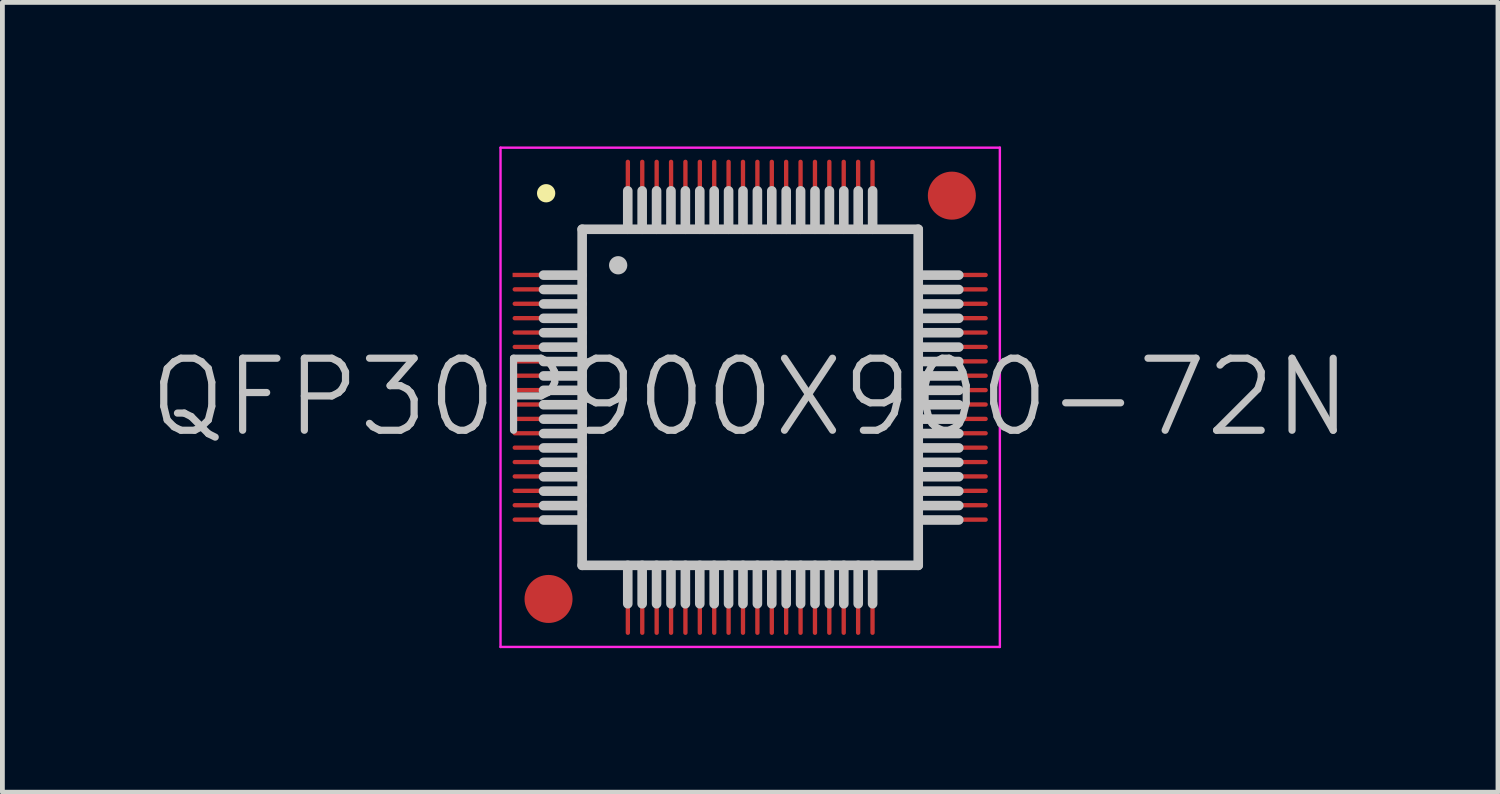
<source format=kicad_pcb>
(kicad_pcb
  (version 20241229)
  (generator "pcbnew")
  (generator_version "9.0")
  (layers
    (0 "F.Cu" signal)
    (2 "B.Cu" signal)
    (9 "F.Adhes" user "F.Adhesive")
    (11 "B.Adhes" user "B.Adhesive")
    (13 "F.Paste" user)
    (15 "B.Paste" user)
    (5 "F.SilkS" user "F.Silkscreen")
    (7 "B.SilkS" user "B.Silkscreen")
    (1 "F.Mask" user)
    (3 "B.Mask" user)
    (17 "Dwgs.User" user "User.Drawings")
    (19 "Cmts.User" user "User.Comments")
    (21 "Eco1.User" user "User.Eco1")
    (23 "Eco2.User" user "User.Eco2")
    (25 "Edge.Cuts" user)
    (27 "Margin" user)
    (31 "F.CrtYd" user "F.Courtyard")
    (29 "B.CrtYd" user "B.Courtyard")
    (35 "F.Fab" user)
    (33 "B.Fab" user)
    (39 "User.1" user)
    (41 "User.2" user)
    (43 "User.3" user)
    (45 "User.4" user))
  (footprint "QFP30P900X900-72N"
    (layer "F.Cu")
    (at 12.575 5.225)
    (property "Reference" "QFP30P900X900-72N" (at 0 0 0) (layer "Dwgs.User") (effects (font (size 1.5 1.5) (thickness 0.15))))
    (attr smd)
    (fp_line (start -4.25 -4.25) (end -4.25 -4.25) (stroke (width 0.381) (type solid)) (layer "F.SilkS"))
    (fp_line (start -3.505 -2.545) (end -4.305 -2.545) (stroke (width 0.2) (type solid)) (layer "Dwgs.User"))
    (fp_line (start -3.505 -2.245) (end -4.305 -2.245) (stroke (width 0.2) (type solid)) (layer "Dwgs.User"))
    (fp_line (start -3.505 -1.945) (end -4.305 -1.945) (stroke (width 0.2) (type solid)) (layer "Dwgs.User"))
    (fp_line (start -3.505 -1.645) (end -4.305 -1.645) (stroke (width 0.2) (type solid)) (layer "Dwgs.User"))
    (fp_line (start -3.505 -1.345) (end -4.305 -1.345) (stroke (width 0.2) (type solid)) (layer "Dwgs.User"))
    (fp_line (start -3.505 -1.045) (end -4.305 -1.045) (stroke (width 0.2) (type solid)) (layer "Dwgs.User"))
    (fp_line (start -3.505 -0.745) (end -4.305 -0.745) (stroke (width 0.2) (type solid)) (layer "Dwgs.User"))
    (fp_line (start -3.505 -0.445) (end -4.305 -0.445) (stroke (width 0.2) (type solid)) (layer "Dwgs.User"))
    (fp_line (start -3.505 -0.145) (end -4.305 -0.145) (stroke (width 0.2) (type solid)) (layer "Dwgs.User"))
    (fp_line (start -3.505 0.155) (end -4.305 0.155) (stroke (width 0.2) (type solid)) (layer "Dwgs.User"))
    (fp_line (start -3.505 0.455) (end -4.305 0.455) (stroke (width 0.2) (type solid)) (layer "Dwgs.User"))
    (fp_line (start -3.505 0.755) (end -4.305 0.755) (stroke (width 0.2) (type solid)) (layer "Dwgs.User"))
    (fp_line (start -3.505 1.055) (end -4.305 1.055) (stroke (width 0.2) (type solid)) (layer "Dwgs.User"))
    (fp_line (start -3.505 1.355) (end -4.305 1.355) (stroke (width 0.2) (type solid)) (layer "Dwgs.User"))
    (fp_line (start -3.505 1.655) (end -4.305 1.655) (stroke (width 0.2) (type solid)) (layer "Dwgs.User"))
    (fp_line (start -3.505 1.955) (end -4.305 1.955) (stroke (width 0.2) (type solid)) (layer "Dwgs.User"))
    (fp_line (start -3.505 2.255) (end -4.305 2.255) (stroke (width 0.2) (type solid)) (layer "Dwgs.User"))
    (fp_line (start -3.505 2.555) (end -4.305 2.555) (stroke (width 0.2) (type solid)) (layer "Dwgs.User"))
    (fp_line (start -3.5 -3.5) (end -3.5 3.5) (stroke (width 0.2) (type solid)) (layer "Dwgs.User"))
    (fp_line (start -3.5 -3.5) (end 3.5 -3.5) (stroke (width 0.2) (type solid)) (layer "Dwgs.User"))
    (fp_line (start -3.5 3.5) (end 3.5 3.5) (stroke (width 0.2) (type solid)) (layer "Dwgs.User"))
    (fp_line (start -2.75 -2.75) (end -2.75 -2.75) (stroke (width 0.381) (type solid)) (layer "Dwgs.User"))
    (fp_line (start -2.55 -3.5) (end -2.55 -4.3) (stroke (width 0.2) (type solid)) (layer "Dwgs.User"))
    (fp_line (start -2.55 4.3) (end -2.55 3.5) (stroke (width 0.2) (type solid)) (layer "Dwgs.User"))
    (fp_line (start -2.25 -3.5) (end -2.25 -4.3) (stroke (width 0.2) (type solid)) (layer "Dwgs.User"))
    (fp_line (start -2.25 4.3) (end -2.25 3.5) (stroke (width 0.2) (type solid)) (layer "Dwgs.User"))
    (fp_line (start -1.95 -3.5) (end -1.95 -4.3) (stroke (width 0.2) (type solid)) (layer "Dwgs.User"))
    (fp_line (start -1.95 4.3) (end -1.95 3.5) (stroke (width 0.2) (type solid)) (layer "Dwgs.User"))
    (fp_line (start -1.65 -3.5) (end -1.65 -4.3) (stroke (width 0.2) (type solid)) (layer "Dwgs.User"))
    (fp_line (start -1.65 4.3) (end -1.65 3.5) (stroke (width 0.2) (type solid)) (layer "Dwgs.User"))
    (fp_line (start -1.35 -3.5) (end -1.35 -4.3) (stroke (width 0.2) (type solid)) (layer "Dwgs.User"))
    (fp_line (start -1.35 4.3) (end -1.35 3.5) (stroke (width 0.2) (type solid)) (layer "Dwgs.User"))
    (fp_line (start -1.05 -3.5) (end -1.05 -4.3) (stroke (width 0.2) (type solid)) (layer "Dwgs.User"))
    (fp_line (start -1.05 4.3) (end -1.05 3.5) (stroke (width 0.2) (type solid)) (layer "Dwgs.User"))
    (fp_line (start -0.75 -3.5) (end -0.75 -4.3) (stroke (width 0.2) (type solid)) (layer "Dwgs.User"))
    (fp_line (start -0.75 4.3) (end -0.75 3.5) (stroke (width 0.2) (type solid)) (layer "Dwgs.User"))
    (fp_line (start -0.45 -3.5) (end -0.45 -4.3) (stroke (width 0.2) (type solid)) (layer "Dwgs.User"))
    (fp_line (start -0.45 4.3) (end -0.45 3.5) (stroke (width 0.2) (type solid)) (layer "Dwgs.User"))
    (fp_line (start -0.15 -3.5) (end -0.15 -4.3) (stroke (width 0.2) (type solid)) (layer "Dwgs.User"))
    (fp_line (start -0.15 4.3) (end -0.15 3.5) (stroke (width 0.2) (type solid)) (layer "Dwgs.User"))
    (fp_line (start 0.15 -3.5) (end 0.15 -4.3) (stroke (width 0.2) (type solid)) (layer "Dwgs.User"))
    (fp_line (start 0.15 4.3) (end 0.15 3.5) (stroke (width 0.2) (type solid)) (layer "Dwgs.User"))
    (fp_line (start 0.45 -3.5) (end 0.45 -4.3) (stroke (width 0.2) (type solid)) (layer "Dwgs.User"))
    (fp_line (start 0.45 4.3) (end 0.45 3.5) (stroke (width 0.2) (type solid)) (layer "Dwgs.User"))
    (fp_line (start 0.75 -3.5) (end 0.75 -4.3) (stroke (width 0.2) (type solid)) (layer "Dwgs.User"))
    (fp_line (start 0.75 4.3) (end 0.75 3.5) (stroke (width 0.2) (type solid)) (layer "Dwgs.User"))
    (fp_line (start 1.05 -3.5) (end 1.05 -4.3) (stroke (width 0.2) (type solid)) (layer "Dwgs.User"))
    (fp_line (start 1.05 4.3) (end 1.05 3.5) (stroke (width 0.2) (type solid)) (layer "Dwgs.User"))
    (fp_line (start 1.35 -3.5) (end 1.35 -4.3) (stroke (width 0.2) (type solid)) (layer "Dwgs.User"))
    (fp_line (start 1.35 4.3) (end 1.35 3.5) (stroke (width 0.2) (type solid)) (layer "Dwgs.User"))
    (fp_line (start 1.65 -3.5) (end 1.65 -4.3) (stroke (width 0.2) (type solid)) (layer "Dwgs.User"))
    (fp_line (start 1.65 4.3) (end 1.65 3.5) (stroke (width 0.2) (type solid)) (layer "Dwgs.User"))
    (fp_line (start 1.95 -3.5) (end 1.95 -4.3) (stroke (width 0.2) (type solid)) (layer "Dwgs.User"))
    (fp_line (start 1.95 4.3) (end 1.95 3.5) (stroke (width 0.2) (type solid)) (layer "Dwgs.User"))
    (fp_line (start 2.25 -3.5) (end 2.25 -4.3) (stroke (width 0.2) (type solid)) (layer "Dwgs.User"))
    (fp_line (start 2.25 4.3) (end 2.25 3.5) (stroke (width 0.2) (type solid)) (layer "Dwgs.User"))
    (fp_line (start 2.55 -3.5) (end 2.55 -4.3) (stroke (width 0.2) (type solid)) (layer "Dwgs.User"))
    (fp_line (start 2.55 4.3) (end 2.55 3.5) (stroke (width 0.2) (type solid)) (layer "Dwgs.User"))
    (fp_line (start 3.5 -3.5) (end 3.5 3.5) (stroke (width 0.2) (type solid)) (layer "Dwgs.User"))
    (fp_line (start 4.345 -2.545) (end 3.545 -2.545) (stroke (width 0.2) (type solid)) (layer "Dwgs.User"))
    (fp_line (start 4.345 -2.245) (end 3.545 -2.245) (stroke (width 0.2) (type solid)) (layer "Dwgs.User"))
    (fp_line (start 4.345 -1.945) (end 3.545 -1.945) (stroke (width 0.2) (type solid)) (layer "Dwgs.User"))
    (fp_line (start 4.345 -1.645) (end 3.545 -1.645) (stroke (width 0.2) (type solid)) (layer "Dwgs.User"))
    (fp_line (start 4.345 -1.345) (end 3.545 -1.345) (stroke (width 0.2) (type solid)) (layer "Dwgs.User"))
    (fp_line (start 4.345 -1.045) (end 3.545 -1.045) (stroke (width 0.2) (type solid)) (layer "Dwgs.User"))
    (fp_line (start 4.345 -0.745) (end 3.545 -0.745) (stroke (width 0.2) (type solid)) (layer "Dwgs.User"))
    (fp_line (start 4.345 -0.445) (end 3.545 -0.445) (stroke (width 0.2) (type solid)) (layer "Dwgs.User"))
    (fp_line (start 4.345 -0.145) (end 3.545 -0.145) (stroke (width 0.2) (type solid)) (layer "Dwgs.User"))
    (fp_line (start 4.345 0.155) (end 3.545 0.155) (stroke (width 0.2) (type solid)) (layer "Dwgs.User"))
    (fp_line (start 4.345 0.455) (end 3.545 0.455) (stroke (width 0.2) (type solid)) (layer "Dwgs.User"))
    (fp_line (start 4.345 0.755) (end 3.545 0.755) (stroke (width 0.2) (type solid)) (layer "Dwgs.User"))
    (fp_line (start 4.345 1.055) (end 3.545 1.055) (stroke (width 0.2) (type solid)) (layer "Dwgs.User"))
    (fp_line (start 4.345 1.355) (end 3.545 1.355) (stroke (width 0.2) (type solid)) (layer "Dwgs.User"))
    (fp_line (start 4.345 1.655) (end 3.545 1.655) (stroke (width 0.2) (type solid)) (layer "Dwgs.User"))
    (fp_line (start 4.345 1.955) (end 3.545 1.955) (stroke (width 0.2) (type solid)) (layer "Dwgs.User"))
    (fp_line (start 4.345 2.255) (end 3.545 2.255) (stroke (width 0.2) (type solid)) (layer "Dwgs.User"))
    (fp_line (start 4.345 2.555) (end 3.545 2.555) (stroke (width 0.2) (type solid)) (layer "Dwgs.User"))
    (fp_line (start -5.2 -5.2) (end -5.2 5.2) (stroke (width 0.05) (type solid)) (layer "F.CrtYd"))
    (fp_line (start -5.2 -5.2) (end 5.2 -5.2) (stroke (width 0.05) (type solid)) (layer "F.CrtYd"))
    (fp_line (start -5.2 5.2) (end 5.2 5.2) (stroke (width 0.05) (type solid)) (layer "F.CrtYd"))
    (fp_line (start 5.2 -5.2) (end 5.2 5.2) (stroke (width 0.05) (type solid)) (layer "F.CrtYd"))
    (pad "" smd circle (at -4.2 4.2) (size 1 1) (layers "F.Cu" "F.Mask"))
    (pad "" smd circle (at 4.2 -4.2) (size 1 1) (layers "F.Cu" "F.Mask"))
    (pad "1" smd rect (at -4.199 -2.548 90) (size 0.09 1.5) (layers "F.Cu" "F.Mask" "F.Paste"))
    (pad "2" smd oval (at -4.199 -2.248 90) (size 0.09 1.5) (layers "F.Cu" "F.Mask" "F.Paste"))
    (pad "3" smd oval (at -4.199 -1.948 90) (size 0.09 1.5) (layers "F.Cu" "F.Mask" "F.Paste"))
    (pad "4" smd oval (at -4.199 -1.648 90) (size 0.09 1.5) (layers "F.Cu" "F.Mask" "F.Paste"))
    (pad "5" smd oval (at -4.199 -1.349 90) (size 0.09 1.5) (layers "F.Cu" "F.Mask" "F.Paste"))
    (pad "6" smd oval (at -4.199 -1.049 90) (size 0.09 1.5) (layers "F.Cu" "F.Mask" "F.Paste"))
    (pad "7" smd oval (at -4.199 -0.749 90) (size 0.09 1.5) (layers "F.Cu" "F.Mask" "F.Paste"))
    (pad "8" smd oval (at -4.199 -0.45 90) (size 0.09 1.5) (layers "F.Cu" "F.Mask" "F.Paste"))
    (pad "9" smd oval (at -4.199 -0.15 90) (size 0.09 1.5) (layers "F.Cu" "F.Mask" "F.Paste"))
    (pad "10" smd oval (at -4.199 0.15 90) (size 0.09 1.5) (layers "F.Cu" "F.Mask" "F.Paste"))
    (pad "11" smd oval (at -4.199 0.45 90) (size 0.09 1.5) (layers "F.Cu" "F.Mask" "F.Paste"))
    (pad "12" smd oval (at -4.199 0.749 90) (size 0.09 1.5) (layers "F.Cu" "F.Mask" "F.Paste"))
    (pad "13" smd oval (at -4.199 1.049 90) (size 0.09 1.5) (layers "F.Cu" "F.Mask" "F.Paste"))
    (pad "14" smd oval (at -4.199 1.349 90) (size 0.09 1.5) (layers "F.Cu" "F.Mask" "F.Paste"))
    (pad "15" smd oval (at -4.199 1.648 90) (size 0.09 1.5) (layers "F.Cu" "F.Mask" "F.Paste"))
    (pad "16" smd oval (at -4.199 1.948 90) (size 0.09 1.5) (layers "F.Cu" "F.Mask" "F.Paste"))
    (pad "17" smd oval (at -4.199 2.248 90) (size 0.09 1.5) (layers "F.Cu" "F.Mask" "F.Paste"))
    (pad "18" smd oval (at -4.199 2.548 90) (size 0.09 1.5) (layers "F.Cu" "F.Mask" "F.Paste"))
    (pad "19" smd oval (at -2.548 4.199 180) (size 0.09 1.5) (layers "F.Cu" "F.Mask" "F.Paste"))
    (pad "20" smd oval (at -2.248 4.199 180) (size 0.09 1.5) (layers "F.Cu" "F.Mask" "F.Paste"))
    (pad "21" smd oval (at -1.948 4.199 180) (size 0.09 1.5) (layers "F.Cu" "F.Mask" "F.Paste"))
    (pad "22" smd oval (at -1.648 4.199 180) (size 0.09 1.5) (layers "F.Cu" "F.Mask" "F.Paste"))
    (pad "23" smd oval (at -1.349 4.199 180) (size 0.09 1.5) (layers "F.Cu" "F.Mask" "F.Paste"))
    (pad "24" smd oval (at -1.049 4.199 180) (size 0.09 1.5) (layers "F.Cu" "F.Mask" "F.Paste"))
    (pad "25" smd oval (at -0.749 4.199 180) (size 0.09 1.5) (layers "F.Cu" "F.Mask" "F.Paste"))
    (pad "26" smd oval (at -0.45 4.199 180) (size 0.09 1.5) (layers "F.Cu" "F.Mask" "F.Paste"))
    (pad "27" smd oval (at -0.15 4.199 180) (size 0.09 1.5) (layers "F.Cu" "F.Mask" "F.Paste"))
    (pad "28" smd oval (at 0.15 4.199 180) (size 0.09 1.5) (layers "F.Cu" "F.Mask" "F.Paste"))
    (pad "29" smd oval (at 0.45 4.199 180) (size 0.09 1.5) (layers "F.Cu" "F.Mask" "F.Paste"))
    (pad "30" smd oval (at 0.749 4.199 180) (size 0.09 1.5) (layers "F.Cu" "F.Mask" "F.Paste"))
    (pad "31" smd oval (at 1.049 4.199 180) (size 0.09 1.5) (layers "F.Cu" "F.Mask" "F.Paste"))
    (pad "32" smd oval (at 1.349 4.199 180) (size 0.09 1.5) (layers "F.Cu" "F.Mask" "F.Paste"))
    (pad "33" smd oval (at 1.648 4.199 180) (size 0.09 1.5) (layers "F.Cu" "F.Mask" "F.Paste"))
    (pad "34" smd oval (at 1.948 4.199 180) (size 0.09 1.5) (layers "F.Cu" "F.Mask" "F.Paste"))
    (pad "35" smd oval (at 2.248 4.199 180) (size 0.09 1.5) (layers "F.Cu" "F.Mask" "F.Paste"))
    (pad "36" smd oval (at 2.548 4.199 180) (size 0.09 1.5) (layers "F.Cu" "F.Mask" "F.Paste"))
    (pad "37" smd oval (at 4.199 2.548 270) (size 0.09 1.5) (layers "F.Cu" "F.Mask" "F.Paste"))
    (pad "38" smd oval (at 4.199 2.248 270) (size 0.09 1.5) (layers "F.Cu" "F.Mask" "F.Paste"))
    (pad "39" smd oval (at 4.199 1.948 270) (size 0.09 1.5) (layers "F.Cu" "F.Mask" "F.Paste"))
    (pad "40" smd oval (at 4.199 1.648 270) (size 0.09 1.5) (layers "F.Cu" "F.Mask" "F.Paste"))
    (pad "41" smd oval (at 4.199 1.349 270) (size 0.09 1.5) (layers "F.Cu" "F.Mask" "F.Paste"))
    (pad "42" smd oval (at 4.199 1.049 270) (size 0.09 1.5) (layers "F.Cu" "F.Mask" "F.Paste"))
    (pad "43" smd oval (at 4.199 0.749 270) (size 0.09 1.5) (layers "F.Cu" "F.Mask" "F.Paste"))
    (pad "44" smd oval (at 4.199 0.45 270) (size 0.09 1.5) (layers "F.Cu" "F.Mask" "F.Paste"))
    (pad "45" smd oval (at 4.199 0.15 270) (size 0.09 1.5) (layers "F.Cu" "F.Mask" "F.Paste"))
    (pad "46" smd oval (at 4.199 -0.15 270) (size 0.09 1.5) (layers "F.Cu" "F.Mask" "F.Paste"))
    (pad "47" smd oval (at 4.199 -0.45 270) (size 0.09 1.5) (layers "F.Cu" "F.Mask" "F.Paste"))
    (pad "48" smd oval (at 4.199 -0.749 270) (size 0.09 1.5) (layers "F.Cu" "F.Mask" "F.Paste"))
    (pad "49" smd oval (at 4.199 -1.049 270) (size 0.09 1.5) (layers "F.Cu" "F.Mask" "F.Paste"))
    (pad "50" smd oval (at 4.199 -1.349 270) (size 0.09 1.5) (layers "F.Cu" "F.Mask" "F.Paste"))
    (pad "51" smd oval (at 4.199 -1.648 270) (size 0.09 1.5) (layers "F.Cu" "F.Mask" "F.Paste"))
    (pad "52" smd oval (at 4.199 -1.948 270) (size 0.09 1.5) (layers "F.Cu" "F.Mask" "F.Paste"))
    (pad "53" smd oval (at 4.199 -2.248 270) (size 0.09 1.5) (layers "F.Cu" "F.Mask" "F.Paste"))
    (pad "54" smd oval (at 4.199 -2.548 270) (size 0.09 1.5) (layers "F.Cu" "F.Mask" "F.Paste"))
    (pad "55" smd oval (at 2.548 -4.199) (size 0.09 1.5) (layers "F.Cu" "F.Mask" "F.Paste"))
    (pad "56" smd oval (at 2.248 -4.199) (size 0.09 1.5) (layers "F.Cu" "F.Mask" "F.Paste"))
    (pad "57" smd oval (at 1.948 -4.199) (size 0.09 1.5) (layers "F.Cu" "F.Mask" "F.Paste"))
    (pad "58" smd oval (at 1.648 -4.199) (size 0.09 1.5) (layers "F.Cu" "F.Mask" "F.Paste"))
    (pad "59" smd oval (at 1.349 -4.199) (size 0.09 1.5) (layers "F.Cu" "F.Mask" "F.Paste"))
    (pad "60" smd oval (at 1.049 -4.199) (size 0.09 1.5) (layers "F.Cu" "F.Mask" "F.Paste"))
    (pad "61" smd oval (at 0.749 -4.199) (size 0.09 1.5) (layers "F.Cu" "F.Mask" "F.Paste"))
    (pad "62" smd oval (at 0.45 -4.199) (size 0.09 1.5) (layers "F.Cu" "F.Mask" "F.Paste"))
    (pad "63" smd oval (at 0.15 -4.199) (size 0.09 1.5) (layers "F.Cu" "F.Mask" "F.Paste"))
    (pad "64" smd oval (at -0.15 -4.199) (size 0.09 1.5) (layers "F.Cu" "F.Mask" "F.Paste"))
    (pad "65" smd oval (at -0.45 -4.199) (size 0.09 1.5) (layers "F.Cu" "F.Mask" "F.Paste"))
    (pad "66" smd oval (at -0.749 -4.199) (size 0.09 1.5) (layers "F.Cu" "F.Mask" "F.Paste"))
    (pad "67" smd oval (at -1.049 -4.199) (size 0.09 1.5) (layers "F.Cu" "F.Mask" "F.Paste"))
    (pad "68" smd oval (at -1.349 -4.199) (size 0.09 1.5) (layers "F.Cu" "F.Mask" "F.Paste"))
    (pad "69" smd oval (at -1.648 -4.199) (size 0.09 1.5) (layers "F.Cu" "F.Mask" "F.Paste"))
    (pad "70" smd oval (at -1.948 -4.199) (size 0.09 1.5) (layers "F.Cu" "F.Mask" "F.Paste"))
    (pad "71" smd oval (at -2.248 -4.199) (size 0.09 1.5) (layers "F.Cu" "F.Mask" "F.Paste"))
    (pad "72" smd oval (at -2.548 -4.199) (size 0.09 1.5) (layers "F.Cu" "F.Mask" "F.Paste")))
  (gr_rect
    (start -3 -3)
    (end 28.15 13.45)
    (stroke (width 0.1) (type default))
    (fill no)
    (layer "Edge.Cuts")))
</source>
